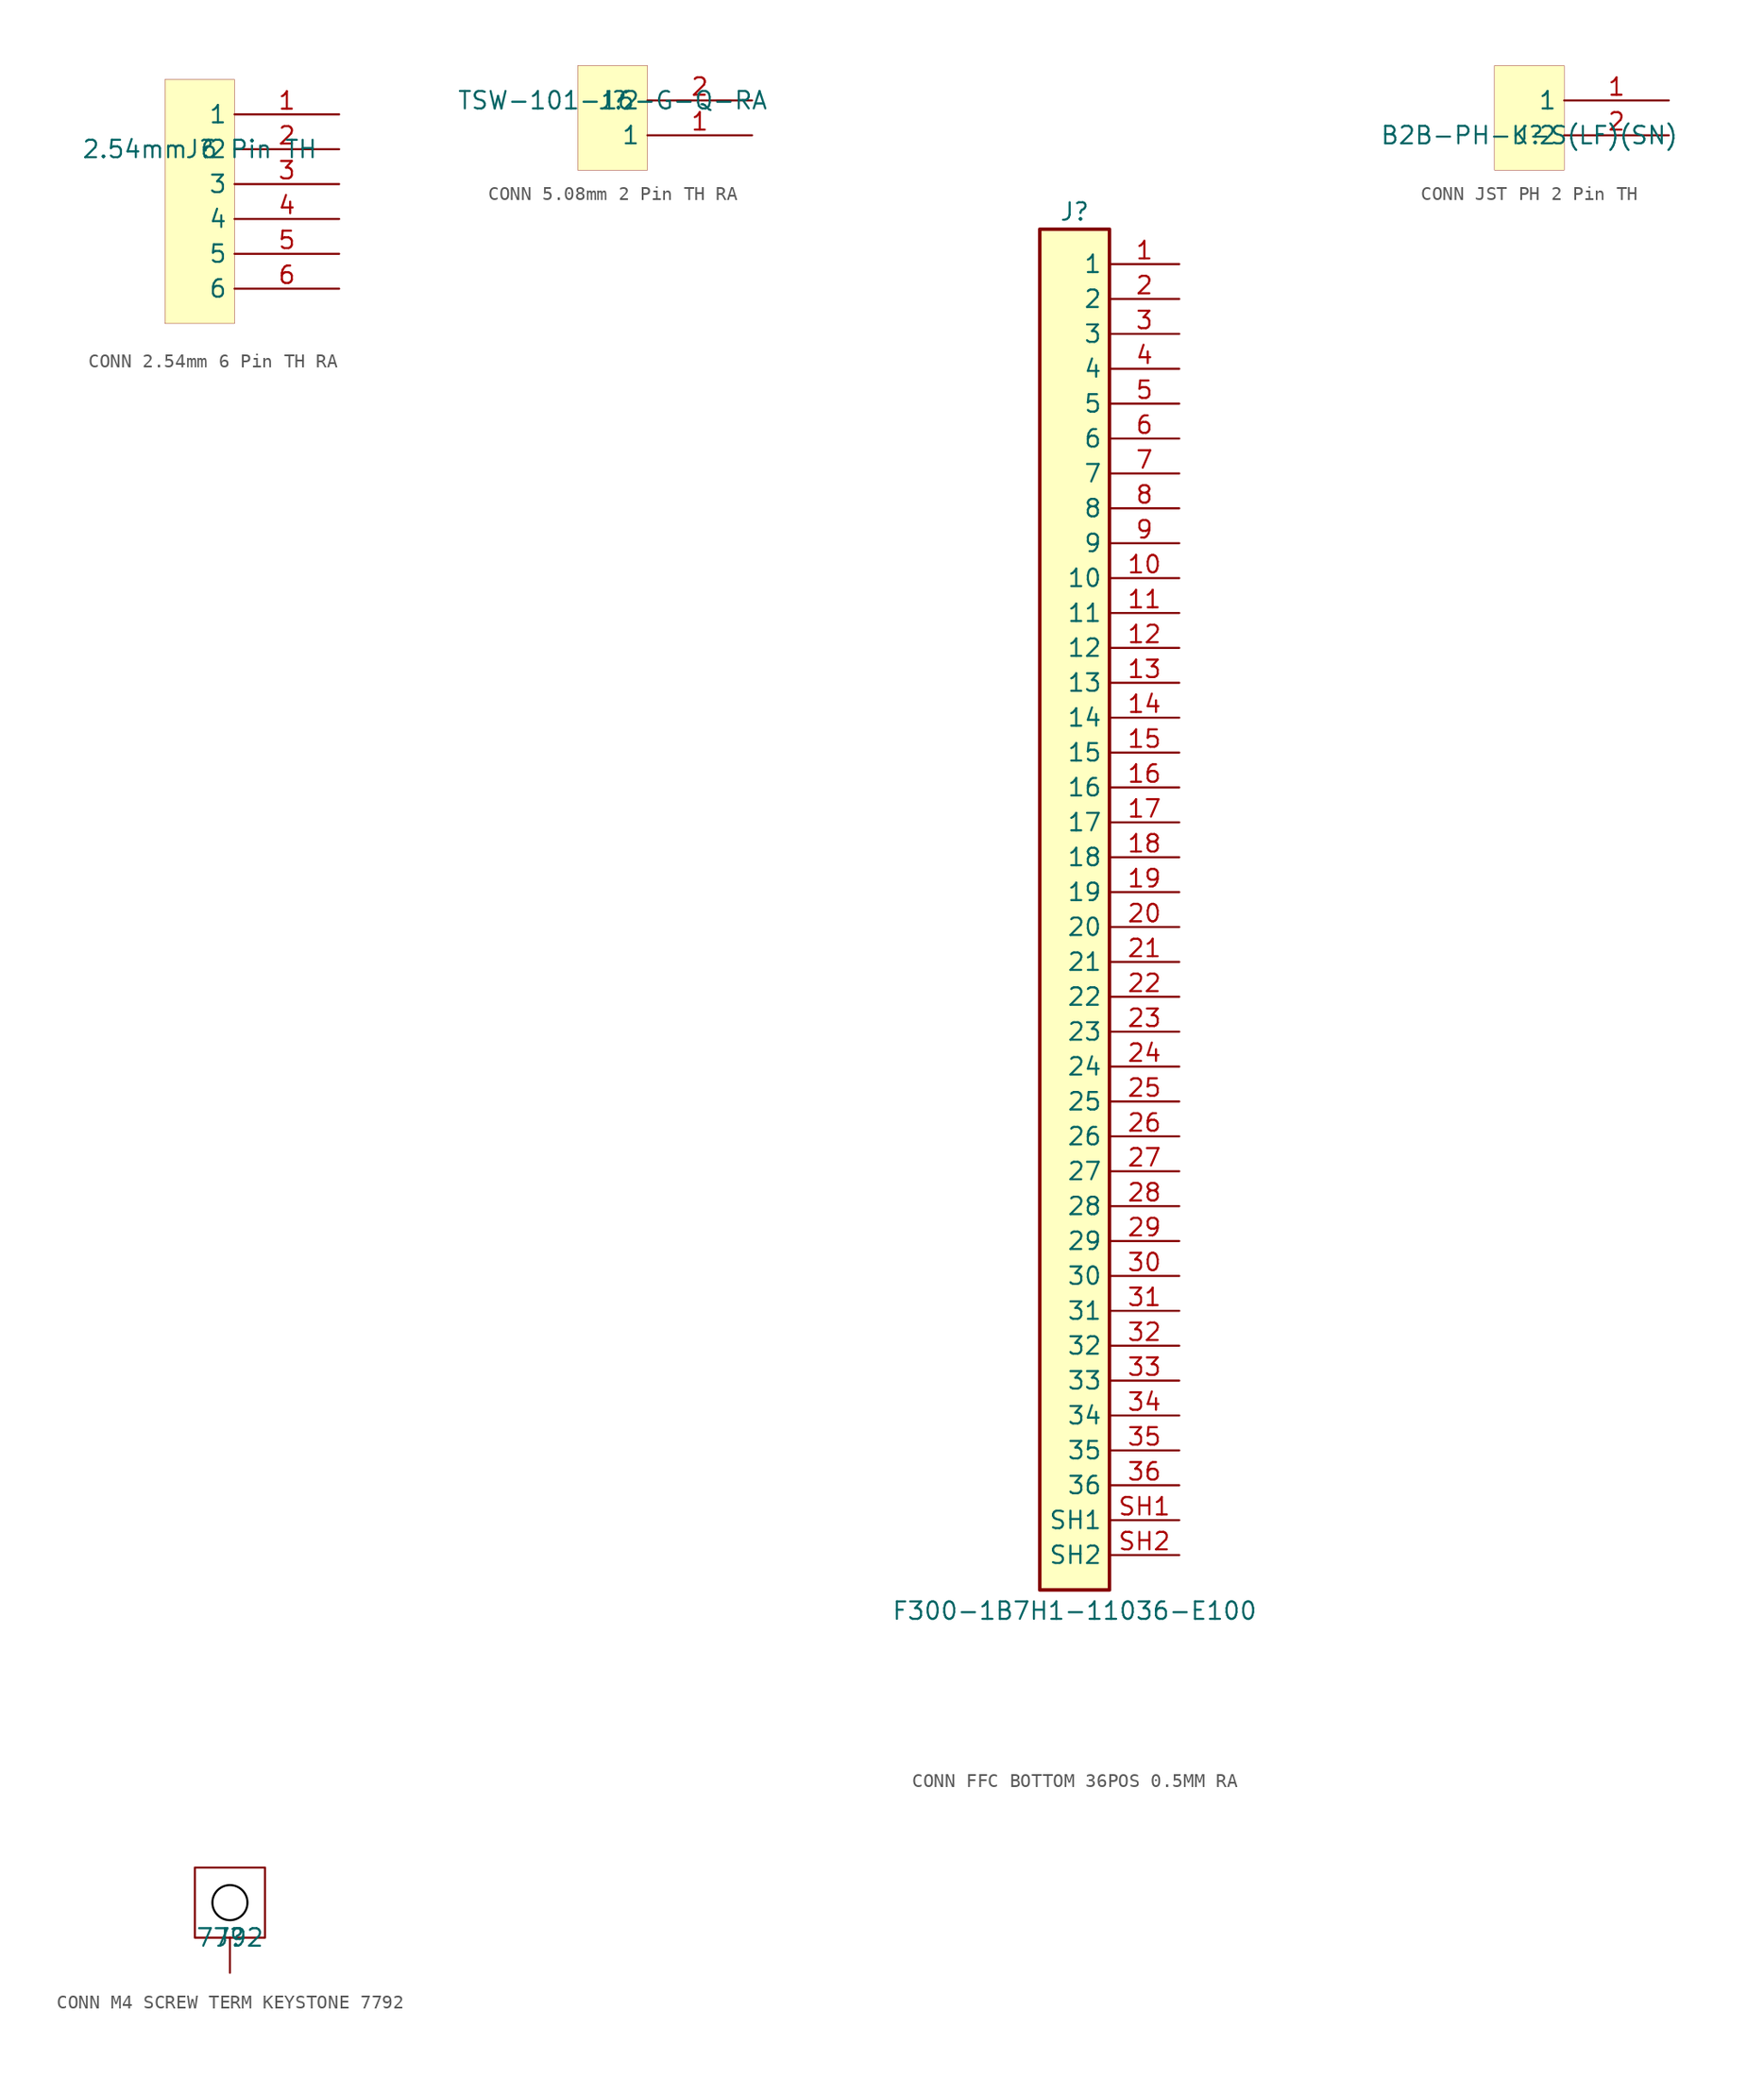
<source format=kicad_sym>
(kicad_symbol_lib
  (version 20241209)
  (generator "kicad_symbol_editor")
  (generator_version "8.99")
  (symbol "CONN 2.54mm 6 Pin TH RA"
    (property "Reference" "J"
      (at 0 0 0)
      (effects (font (size 1.27 1.27))))
    (property "Value" "2.54mm 6 Pin TH"
      (at 0 0 0)
      (effects (font (size 1.27 1.27))))
    (symbol "CONN 2.54mm 6 Pin TH RA_1_0"
      (rectangle (start 2.54 5.08) (end -2.54 -12.7) (stroke (width 0.025) (type solid) (color 128 0 0 1)) (fill (type background)))
      (pin passive line (at 10.16 2.54 180) (length 7.62) (name "1" (effects (font (size 1.27 1.27)))) (number "1" (effects (font (size 1.27 1.27)))))
      (pin passive line (at 10.16 0 180) (length 7.62) (name "2" (effects (font (size 1.27 1.27)))) (number "2" (effects (font (size 1.27 1.27)))))
      (pin passive line (at 10.16 -2.54 180) (length 7.62) (name "3" (effects (font (size 1.27 1.27)))) (number "3" (effects (font (size 1.27 1.27)))))
      (pin passive line (at 10.16 -5.08 180) (length 7.62) (name "4" (effects (font (size 1.27 1.27)))) (number "4" (effects (font (size 1.27 1.27)))))
      (pin passive line (at 10.16 -7.62 180) (length 7.62) (name "5" (effects (font (size 1.27 1.27)))) (number "5" (effects (font (size 1.27 1.27)))))
      (pin passive line (at 10.16 -10.16 180) (length 7.62) (name "6" (effects (font (size 1.27 1.27)))) (number "6" (effects (font (size 1.27 1.27)))))))
  (symbol "CONN 5.08mm 2 Pin TH RA"
    (property "Reference" "J"
      (at 0 0 0)
      (effects (font (size 1.27 1.27))))
    (property "Value" "TSW-101-16-G-Q-RA"
      (at 0 0 0)
      (effects (font (size 1.27 1.27))))
    (symbol "CONN 5.08mm 2 Pin TH RA_1_0"
      (rectangle (start 2.54 2.54) (end -2.54 -5.08) (stroke (width 0.025) (type solid) (color 128 0 0 1)) (fill (type background)))
      (pin passive line (at 10.16 0 180) (length 7.62) (name "2" (effects (font (size 1.27 1.27)))) (number "2" (effects (font (size 1.27 1.27)))))
      (pin passive line (at 10.16 -2.54 180) (length 7.62) (name "1" (effects (font (size 1.27 1.27)))) (number "1" (effects (font (size 1.27 1.27)))))))
  (symbol "CONN FFC BOTTOM 36POS 0.5MM RA"
    (property "Reference" "J"
      (at 2.54 1.27 0)
      (effects (font (size 1.27 1.27))))
    (property "Value" "F300-1B7H1-11036-E100"
      (at 2.54 -100.584 0)
      (effects (font (size 1.27 1.27))))
    (symbol "CONN FFC BOTTOM 36POS 0.5MM RA_1_1"
      (rectangle (start 0 0) (end 5.08 -99.06) (stroke (width 0.254) (type default)) (fill (type background)))
      (pin passive line (at 10.16 -2.54 180) (length 5.08) (name "1" (effects (font (size 1.27 1.27)))) (number "1" (effects (font (size 1.27 1.27)))))
      (pin passive line (at 10.16 -5.08 180) (length 5.08) (name "2" (effects (font (size 1.27 1.27)))) (number "2" (effects (font (size 1.27 1.27)))))
      (pin passive line (at 10.16 -7.62 180) (length 5.08) (name "3" (effects (font (size 1.27 1.27)))) (number "3" (effects (font (size 1.27 1.27)))))
      (pin passive line (at 10.16 -10.16 180) (length 5.08) (name "4" (effects (font (size 1.27 1.27)))) (number "4" (effects (font (size 1.27 1.27)))))
      (pin passive line (at 10.16 -12.7 180) (length 5.08) (name "5" (effects (font (size 1.27 1.27)))) (number "5" (effects (font (size 1.27 1.27)))))
      (pin passive line (at 10.16 -15.24 180) (length 5.08) (name "6" (effects (font (size 1.27 1.27)))) (number "6" (effects (font (size 1.27 1.27)))))
      (pin passive line (at 10.16 -17.78 180) (length 5.08) (name "7" (effects (font (size 1.27 1.27)))) (number "7" (effects (font (size 1.27 1.27)))))
      (pin passive line (at 10.16 -20.32 180) (length 5.08) (name "8" (effects (font (size 1.27 1.27)))) (number "8" (effects (font (size 1.27 1.27)))))
      (pin passive line (at 10.16 -22.86 180) (length 5.08) (name "9" (effects (font (size 1.27 1.27)))) (number "9" (effects (font (size 1.27 1.27)))))
      (pin passive line (at 10.16 -25.4 180) (length 5.08) (name "10" (effects (font (size 1.27 1.27)))) (number "10" (effects (font (size 1.27 1.27)))))
      (pin passive line (at 10.16 -27.94 180) (length 5.08) (name "11" (effects (font (size 1.27 1.27)))) (number "11" (effects (font (size 1.27 1.27)))))
      (pin passive line (at 10.16 -30.48 180) (length 5.08) (name "12" (effects (font (size 1.27 1.27)))) (number "12" (effects (font (size 1.27 1.27)))))
      (pin passive line (at 10.16 -33.02 180) (length 5.08) (name "13" (effects (font (size 1.27 1.27)))) (number "13" (effects (font (size 1.27 1.27)))))
      (pin passive line (at 10.16 -35.56 180) (length 5.08) (name "14" (effects (font (size 1.27 1.27)))) (number "14" (effects (font (size 1.27 1.27)))))
      (pin passive line (at 10.16 -38.1 180) (length 5.08) (name "15" (effects (font (size 1.27 1.27)))) (number "15" (effects (font (size 1.27 1.27)))))
      (pin passive line (at 10.16 -40.64 180) (length 5.08) (name "16" (effects (font (size 1.27 1.27)))) (number "16" (effects (font (size 1.27 1.27)))))
      (pin passive line (at 10.16 -43.18 180) (length 5.08) (name "17" (effects (font (size 1.27 1.27)))) (number "17" (effects (font (size 1.27 1.27)))))
      (pin passive line (at 10.16 -45.72 180) (length 5.08) (name "18" (effects (font (size 1.27 1.27)))) (number "18" (effects (font (size 1.27 1.27)))))
      (pin passive line (at 10.16 -48.26 180) (length 5.08) (name "19" (effects (font (size 1.27 1.27)))) (number "19" (effects (font (size 1.27 1.27)))))
      (pin passive line (at 10.16 -50.8 180) (length 5.08) (name "20" (effects (font (size 1.27 1.27)))) (number "20" (effects (font (size 1.27 1.27)))))
      (pin passive line (at 10.16 -53.34 180) (length 5.08) (name "21" (effects (font (size 1.27 1.27)))) (number "21" (effects (font (size 1.27 1.27)))))
      (pin passive line (at 10.16 -55.88 180) (length 5.08) (name "22" (effects (font (size 1.27 1.27)))) (number "22" (effects (font (size 1.27 1.27)))))
      (pin passive line (at 10.16 -58.42 180) (length 5.08) (name "23" (effects (font (size 1.27 1.27)))) (number "23" (effects (font (size 1.27 1.27)))))
      (pin passive line (at 10.16 -60.96 180) (length 5.08) (name "24" (effects (font (size 1.27 1.27)))) (number "24" (effects (font (size 1.27 1.27)))))
      (pin passive line (at 10.16 -63.5 180) (length 5.08) (name "25" (effects (font (size 1.27 1.27)))) (number "25" (effects (font (size 1.27 1.27)))))
      (pin passive line (at 10.16 -66.04 180) (length 5.08) (name "26" (effects (font (size 1.27 1.27)))) (number "26" (effects (font (size 1.27 1.27)))))
      (pin passive line (at 10.16 -68.58 180) (length 5.08) (name "27" (effects (font (size 1.27 1.27)))) (number "27" (effects (font (size 1.27 1.27)))))
      (pin passive line (at 10.16 -71.12 180) (length 5.08) (name "28" (effects (font (size 1.27 1.27)))) (number "28" (effects (font (size 1.27 1.27)))))
      (pin passive line (at 10.16 -73.66 180) (length 5.08) (name "29" (effects (font (size 1.27 1.27)))) (number "29" (effects (font (size 1.27 1.27)))))
      (pin passive line (at 10.16 -76.2 180) (length 5.08) (name "30" (effects (font (size 1.27 1.27)))) (number "30" (effects (font (size 1.27 1.27)))))
      (pin passive line (at 10.16 -78.74 180) (length 5.08) (name "31" (effects (font (size 1.27 1.27)))) (number "31" (effects (font (size 1.27 1.27)))))
      (pin passive line (at 10.16 -81.28 180) (length 5.08) (name "32" (effects (font (size 1.27 1.27)))) (number "32" (effects (font (size 1.27 1.27)))))
      (pin passive line (at 10.16 -83.82 180) (length 5.08) (name "33" (effects (font (size 1.27 1.27)))) (number "33" (effects (font (size 1.27 1.27)))))
      (pin passive line (at 10.16 -86.36 180) (length 5.08) (name "34" (effects (font (size 1.27 1.27)))) (number "34" (effects (font (size 1.27 1.27)))))
      (pin passive line (at 10.16 -88.9 180) (length 5.08) (name "35" (effects (font (size 1.27 1.27)))) (number "35" (effects (font (size 1.27 1.27)))))
      (pin passive line (at 10.16 -91.44 180) (length 5.08) (name "36" (effects (font (size 1.27 1.27)))) (number "36" (effects (font (size 1.27 1.27)))))
      (pin passive line (at 10.16 -93.98 180) (length 5.08) (name "SH1" (effects (font (size 1.27 1.27)))) (number "SH1" (effects (font (size 1.27 1.27)))))
      (pin passive line (at 10.16 -96.52 180) (length 5.08) (name "SH2" (effects (font (size 1.27 1.27)))) (number "SH2" (effects (font (size 1.27 1.27)))))))
  (symbol "CONN JST PH 2 Pin TH"
    (property "Reference" "J"
      (at 0 0 0)
      (effects (font (size 1.27 1.27))))
    (property "Value" "B2B-PH-K-S(LF)(SN)"
      (at 0 0 0)
      (effects (font (size 1.27 1.27))))
    (symbol "CONN JST PH 2 Pin TH_1_0"
      (rectangle (start 2.54 5.08) (end -2.54 -2.54) (stroke (width 0.025) (type solid) (color 128 0 0 1)) (fill (type background)))
      (pin passive line (at 10.16 2.54 180) (length 7.62) (name "1" (effects (font (size 1.27 1.27)))) (number "1" (effects (font (size 1.27 1.27)))))
      (pin passive line (at 10.16 0 180) (length 7.62) (name "2" (effects (font (size 1.27 1.27)))) (number "2" (effects (font (size 1.27 1.27)))))))
  (symbol "CONN M4 SCREW TERM KEYSTONE 7792"
    (pin_numbers
      (hide yes))
    (pin_names
      (hide yes))
    (property "Reference" "J"
      (at 0 0 0)
      (effects (font (size 1.27 1.27))))
    (property "Value" "7792"
      (at 0 0 0)
      (effects (font (size 1.27 1.27))))
    (symbol "CONN M4 SCREW TERM KEYSTONE 7792_1_0"
      (polyline (pts (xy -2.54 5.08) (xy 2.54 5.08) (xy 2.54 0) (xy -2.54 0) (xy -2.54 5.08)) (stroke (width 0) (type solid)) (fill (type none)))
      (circle (center 0 2.54) (radius 1.27) (stroke (width 0) (type solid) (color 0 0 0 1)) (fill (type none)))
      (pin passive line (at 0 -2.54 90) (length 2.54) (name "1" (effects (font (size 1.27 1.27)))) (number "1" (effects (font (size 1.27 1.27))))))))
</source>
